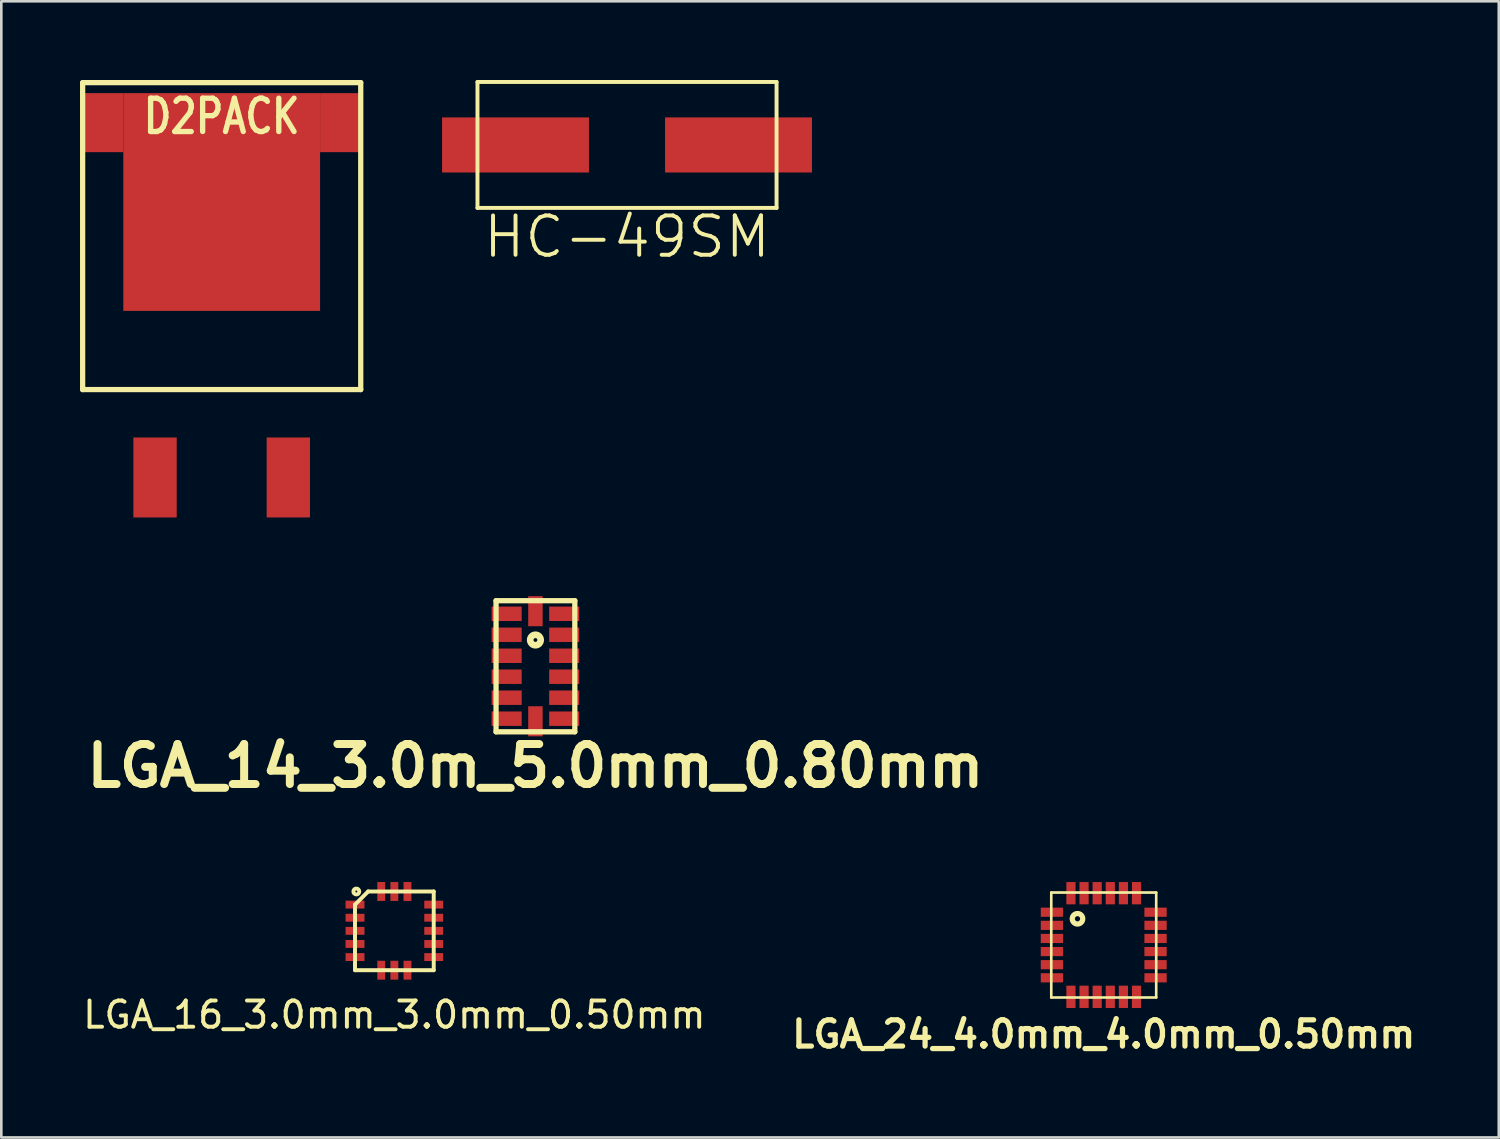
<source format=kicad_pcb>
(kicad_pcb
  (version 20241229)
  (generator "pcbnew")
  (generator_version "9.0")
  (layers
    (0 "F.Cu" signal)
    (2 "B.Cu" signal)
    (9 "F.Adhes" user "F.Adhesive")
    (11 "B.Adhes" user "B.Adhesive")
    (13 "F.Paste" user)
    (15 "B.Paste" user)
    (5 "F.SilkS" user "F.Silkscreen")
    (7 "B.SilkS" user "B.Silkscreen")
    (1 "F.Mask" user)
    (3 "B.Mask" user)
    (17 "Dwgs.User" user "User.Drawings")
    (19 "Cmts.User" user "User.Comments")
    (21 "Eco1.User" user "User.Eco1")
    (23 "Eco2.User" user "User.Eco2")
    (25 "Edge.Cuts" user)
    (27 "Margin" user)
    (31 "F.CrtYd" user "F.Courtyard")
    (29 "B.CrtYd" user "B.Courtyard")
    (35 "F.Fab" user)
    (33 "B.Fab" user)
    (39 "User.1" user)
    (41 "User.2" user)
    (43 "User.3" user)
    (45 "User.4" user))
  (footprint "LGA_16_3.0mm_3.0mm_0.50mm"
    (layer "F.Cu")
    (at 11.982 32.431)
    (property "Reference" "LGA_16_3.0mm_3.0mm_0.50mm" (at 0 3.2 0) (layer "F.SilkS") (effects (font (size 1 1) (thickness 0.15))))
    (attr through_hole)
    (fp_line (start -1.5 -1) (end -1.5 1.5) (stroke (width 0.15) (type solid)) (layer "F.SilkS"))
    (fp_line (start -1 -1.5) (end -1.5 -1) (stroke (width 0.15) (type solid)) (layer "F.SilkS"))
    (fp_line (start -1 -1.5) (end 1.5 -1.5) (stroke (width 0.15) (type solid)) (layer "F.SilkS"))
    (fp_line (start 1.5 -1.5) (end 1.5 1.5) (stroke (width 0.15) (type solid)) (layer "F.SilkS"))
    (fp_line (start 1.5 1.5) (end -1.5 1.5) (stroke (width 0.15) (type solid)) (layer "F.SilkS"))
    (fp_circle (center -1.45 -1.5) (end -1.35 -1.55) (stroke (width 0.15) (type solid)) (fill no) (layer "F.SilkS"))
    (pad "1" smd rect (at -1.5 -1) (size 0.72 0.3) (layers "F.Cu" "F.Mask" "F.Paste"))
    (pad "2" smd rect (at -1.5 -0.5) (size 0.72 0.3) (layers "F.Cu" "F.Mask" "F.Paste"))
    (pad "3" smd rect (at -1.5 0) (size 0.72 0.3) (layers "F.Cu" "F.Mask" "F.Paste"))
    (pad "4" smd rect (at -1.5 0.5) (size 0.72 0.3) (layers "F.Cu" "F.Mask" "F.Paste"))
    (pad "5" smd rect (at -1.5 1) (size 0.72 0.3) (layers "F.Cu" "F.Mask" "F.Paste"))
    (pad "6" smd rect (at -0.5 1.5) (size 0.3 0.72) (layers "F.Cu" "F.Mask" "F.Paste"))
    (pad "7" smd rect (at 0 1.5) (size 0.3 0.72) (layers "F.Cu" "F.Mask" "F.Paste"))
    (pad "8" smd rect (at 0.5 1.5) (size 0.3 0.72) (layers "F.Cu" "F.Mask" "F.Paste"))
    (pad "9" smd rect (at 1.5 1) (size 0.72 0.3) (layers "F.Cu" "F.Mask" "F.Paste"))
    (pad "10" smd rect (at 1.5 0.5) (size 0.72 0.3) (layers "F.Cu" "F.Mask" "F.Paste"))
    (pad "11" smd rect (at 1.5 0) (size 0.72 0.3) (layers "F.Cu" "F.Mask" "F.Paste"))
    (pad "12" smd rect (at 1.5 -0.5) (size 0.72 0.3) (layers "F.Cu" "F.Mask" "F.Paste"))
    (pad "13" smd rect (at 1.5 -1) (size 0.72 0.3) (layers "F.Cu" "F.Mask" "F.Paste"))
    (pad "14" smd rect (at 0.5 -1.5) (size 0.3 0.72) (layers "F.Cu" "F.Mask" "F.Paste"))
    (pad "15" smd rect (at 0 -1.5) (size 0.3 0.72) (layers "F.Cu" "F.Mask" "F.Paste"))
    (pad "16" smd rect (at -0.5 -1.5) (size 0.3 0.72) (layers "F.Cu" "F.Mask" "F.Paste")))
  (footprint "LGA_24_4.0mm_4.0mm_0.50mm"
    (layer "F.Cu")
    (at 39.021 32.971)
    (property "Reference" "LGA_24_4.0mm_4.0mm_0.50mm" (at 0 3.4 0) (layer "F.SilkS") (effects (font (size 1 1) (thickness 0.2))))
    (attr through_hole)
    (fp_line (start -2 -2) (end 2 -2) (stroke (width 0.1) (type solid)) (layer "F.SilkS"))
    (fp_line (start -2 2) (end -2 -2) (stroke (width 0.1) (type solid)) (layer "F.SilkS"))
    (fp_line (start 2 -2) (end 2 2) (stroke (width 0.1) (type solid)) (layer "F.SilkS"))
    (fp_line (start 2 2) (end -2 2) (stroke (width 0.1) (type solid)) (layer "F.SilkS"))
    (fp_circle (center -1 -1) (end -1 -1.2) (stroke (width 0.2) (type solid)) (fill no) (layer "F.SilkS"))
    (pad "1" smd rect (at -1.975 -1.25) (size 0.85 0.35) (layers "F.Cu" "F.Mask" "F.Paste"))
    (pad "2" smd rect (at -1.975 -0.75) (size 0.85 0.35) (layers "F.Cu" "F.Mask" "F.Paste"))
    (pad "3" smd rect (at -1.975 -0.25) (size 0.85 0.35) (layers "F.Cu" "F.Mask" "F.Paste"))
    (pad "4" smd rect (at -1.975 0.25) (size 0.85 0.35) (layers "F.Cu" "F.Mask" "F.Paste"))
    (pad "5" smd rect (at -1.975 0.75) (size 0.85 0.35) (layers "F.Cu" "F.Mask" "F.Paste"))
    (pad "6" smd rect (at -1.975 1.25) (size 0.85 0.35) (layers "F.Cu" "F.Mask" "F.Paste"))
    (pad "7" smd rect (at -1.25 1.975) (size 0.35 0.85) (layers "F.Cu" "F.Mask" "F.Paste"))
    (pad "8" smd rect (at -0.75 1.975) (size 0.35 0.85) (layers "F.Cu" "F.Mask" "F.Paste"))
    (pad "9" smd rect (at -0.25 1.975) (size 0.35 0.85) (layers "F.Cu" "F.Mask" "F.Paste"))
    (pad "10" smd rect (at 0.25 1.975) (size 0.35 0.85) (layers "F.Cu" "F.Mask" "F.Paste"))
    (pad "11" smd rect (at 0.75 1.975) (size 0.35 0.85) (layers "F.Cu" "F.Mask" "F.Paste"))
    (pad "12" smd rect (at 1.25 1.975) (size 0.35 0.85) (layers "F.Cu" "F.Mask" "F.Paste"))
    (pad "13" smd rect (at 1.975 1.25) (size 0.85 0.35) (layers "F.Cu" "F.Mask" "F.Paste"))
    (pad "14" smd rect (at 1.975 0.75) (size 0.85 0.35) (layers "F.Cu" "F.Mask" "F.Paste"))
    (pad "15" smd rect (at 1.975 0.25) (size 0.85 0.35) (layers "F.Cu" "F.Mask" "F.Paste"))
    (pad "16" smd rect (at 1.975 -0.25) (size 0.85 0.35) (layers "F.Cu" "F.Mask" "F.Paste"))
    (pad "17" smd rect (at 1.975 -0.75) (size 0.85 0.35) (layers "F.Cu" "F.Mask" "F.Paste"))
    (pad "18" smd rect (at 1.975 -1.25) (size 0.85 0.35) (layers "F.Cu" "F.Mask" "F.Paste"))
    (pad "19" smd rect (at 1.25 -1.975) (size 0.35 0.85) (layers "F.Cu" "F.Mask" "F.Paste"))
    (pad "20" smd rect (at 0.75 -1.975) (size 0.35 0.85) (layers "F.Cu" "F.Mask" "F.Paste"))
    (pad "21" smd rect (at 0.25 -1.975) (size 0.35 0.85) (layers "F.Cu" "F.Mask" "F.Paste"))
    (pad "22" smd rect (at -0.25 -1.975) (size 0.35 0.85) (layers "F.Cu" "F.Mask" "F.Paste"))
    (pad "23" smd rect (at -0.75 -1.975) (size 0.35 0.85) (layers "F.Cu" "F.Mask" "F.Paste"))
    (pad "24" smd rect (at -1.25 -1.975) (size 0.35 0.85) (layers "F.Cu" "F.Mask" "F.Paste")))
  (footprint "LGA_14_3.0m_5.0mm_0.80mm"
    (layer "F.Cu")
    (at 17.359 22.345)
    (property "Reference" "LGA_14_3.0m_5.0mm_0.80mm" (at 0 3.8 0) (layer "F.SilkS") (effects (font (size 1.524 1.524) (thickness 0.305))))
    (attr through_hole)
    (fp_line (start -1.501 -2.499) (end 1.501 -2.499) (stroke (width 0.201) (type solid)) (layer "F.SilkS"))
    (fp_line (start -1.501 2.499) (end -1.501 -2.499) (stroke (width 0.201) (type solid)) (layer "F.SilkS"))
    (fp_line (start 1.501 -2.499) (end 1.501 2.499) (stroke (width 0.201) (type solid)) (layer "F.SilkS"))
    (fp_line (start 1.501 2.499) (end -1.501 2.499) (stroke (width 0.201) (type solid)) (layer "F.SilkS"))
    (fp_circle (center 0 -1) (end 0.2 -1) (stroke (width 0.254) (type solid)) (fill no) (layer "F.SilkS"))
    (pad "1" smd rect (at -1.097 -1.999) (size 1.146 0.551) (layers "F.Cu" "F.Mask" "F.Paste"))
    (pad "2" smd rect (at -1.097 -1.199) (size 1.146 0.551) (layers "F.Cu" "F.Mask" "F.Paste"))
    (pad "3" smd rect (at -1.097 -0.399) (size 1.146 0.551) (layers "F.Cu" "F.Mask" "F.Paste"))
    (pad "4" smd rect (at -1.097 0.399) (size 1.146 0.551) (layers "F.Cu" "F.Mask" "F.Paste"))
    (pad "5" smd rect (at -1.097 1.199) (size 1.146 0.551) (layers "F.Cu" "F.Mask" "F.Paste"))
    (pad "6" smd rect (at -1.097 1.999) (size 1.146 0.551) (layers "F.Cu" "F.Mask" "F.Paste"))
    (pad "7" smd rect (at 0 2.098) (size 0.551 1.146) (layers "F.Cu" "F.Mask" "F.Paste"))
    (pad "8" smd rect (at 1.097 1.999) (size 1.146 0.551) (layers "F.Cu" "F.Mask" "F.Paste"))
    (pad "9" smd rect (at 1.097 1.199) (size 1.146 0.551) (layers "F.Cu" "F.Mask" "F.Paste"))
    (pad "10" smd rect (at 1.097 0.399) (size 1.146 0.551) (layers "F.Cu" "F.Mask" "F.Paste"))
    (pad "11" smd rect (at 1.097 -0.399) (size 1.146 0.551) (layers "F.Cu" "F.Mask" "F.Paste"))
    (pad "12" smd rect (at 1.097 -1.199) (size 1.146 0.551) (layers "F.Cu" "F.Mask" "F.Paste"))
    (pad "13" smd rect (at 1.097 -1.999) (size 1.146 0.551) (layers "F.Cu" "F.Mask" "F.Paste"))
    (pad "14" smd rect (at 0 -2.098) (size 0.551 1.146) (layers "F.Cu" "F.Mask" "F.Paste")))
  (footprint "HC-49SM"
    (layer "F.Cu")
    (at 20.85 2.475)
    (property "Reference" "HC-49SM" (at 0 3.5 0) (layer "F.SilkS") (effects (font (size 1.5 1.5) (thickness 0.15))))
    (attr through_hole)
    (fp_line (start -5.7 -2.4) (end 5.7 -2.4) (stroke (width 0.15) (type solid)) (layer "F.SilkS"))
    (fp_line (start -5.7 2.4) (end -5.7 -2.4) (stroke (width 0.15) (type solid)) (layer "F.SilkS"))
    (fp_line (start 5.7 -2.4) (end 5.7 2.4) (stroke (width 0.15) (type solid)) (layer "F.SilkS"))
    (fp_line (start 5.7 2.4) (end -5.7 2.4) (stroke (width 0.15) (type solid)) (layer "F.SilkS"))
    (pad "1" smd rect (at 4.25 0) (size 5.6 2.1) (layers "F.Cu" "F.Mask" "F.Paste"))
    (pad "2" smd rect (at -4.25 0) (size 5.6 2.1) (layers "F.Cu" "F.Mask" "F.Paste")))
  (footprint "D2PACK"
    (layer "F.Cu")
    (at 5.4 11.8)
    (property "Reference" "D2PACK" (at 0 -10.414 0) (layer "F.SilkS") (effects (font (size 1.27 1.016) (thickness 0.203))))
    (attr smd)
    (fp_line (start -5.3 -11.7) (end -5.3 0) (stroke (width 0.2) (type solid)) (layer "F.SilkS"))
    (fp_line (start -5.3 0) (end 5.3 0) (stroke (width 0.2) (type solid)) (layer "F.SilkS"))
    (fp_line (start 5.3 -11.7) (end -5.3 -11.7) (stroke (width 0.2) (type solid)) (layer "F.SilkS"))
    (fp_line (start 5.3 0) (end 5.3 -11.7) (stroke (width 0.2) (type solid)) (layer "F.SilkS"))
    (pad "1" smd rect (at -2.54 3.35) (size 1.651 3.048) (layers "F.Cu" "F.Mask" "F.Paste"))
    (pad "2" smd rect (at -4.5 -10.175) (size 1.5 2.25) (layers "F.Cu" "F.Mask" "F.Paste"))
    (pad "2" smd rect (at 0 -7.15) (size 7.5 8.3) (layers "F.Cu" "F.Mask" "F.Paste"))
    (pad "2" smd rect (at 4.5 -10.175) (size 1.5 2.25) (layers "F.Cu" "F.Mask" "F.Paste"))
    (pad "3" smd rect (at 2.54 3.35) (size 1.651 3.048) (layers "F.Cu" "F.Mask" "F.Paste")))
  (gr_rect
    (start -3 -3)
    (end 54.079 40.307)
    (stroke (width 0.1) (type default))
    (fill no)
    (layer "Edge.Cuts")))
</source>
